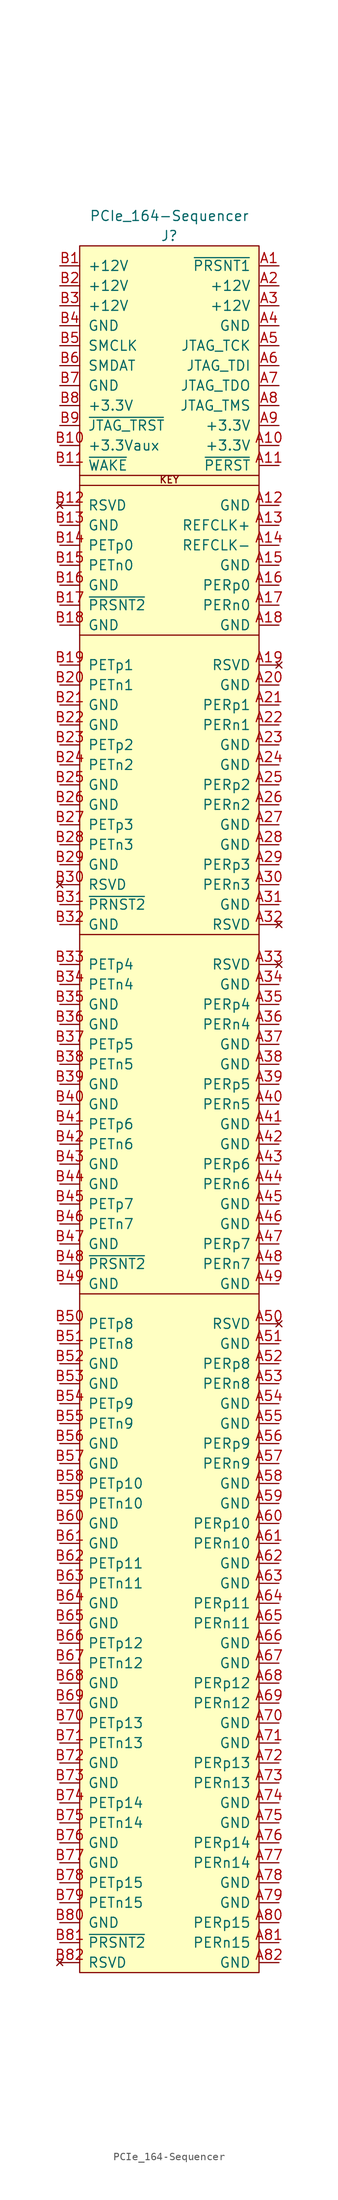
<source format=kicad_sym>
(kicad_symbol_lib
  (version 20220914)
  (generator kicad_symbol_editor)
  (symbol "PCIe_164-Sequencer"
    (pin_names
      (offset 1.016))
    (property "Reference" "J"
      (at -13.97 3.81 0)
      (effects (font (size 1.27 1.27))))
    (property "Value" "PCIe_164-Sequencer"
      (at -13.97 6.35 0)
      (effects (font (size 1.27 1.27))))
    (symbol "PCIe_164-Sequencer_0_0"
      (text "KEY" (at -13.97 -27.737 0) (effects (font (size 0.889 0.889)) (justify bottom))))
    (symbol "PCIe_164-Sequencer_0_1"
      (rectangle (start -25.4 2.54) (end -2.54 -217.17) (stroke (width 0) (type solid)) (fill (type background)))
      (polyline (pts (xy -25.4 -130.81) (xy -2.54 -130.81)) (stroke (width 0) (type solid)) (fill (type none)))
      (polyline (pts (xy -25.4 -85.09) (xy -2.54 -85.09)) (stroke (width 0) (type solid)) (fill (type none)))
      (polyline (pts (xy -25.4 -46.99) (xy -2.54 -46.99)) (stroke (width 0) (type solid)) (fill (type none)))
      (polyline (pts (xy -25.4 -27.94) (xy -2.54 -27.94)) (stroke (width 0) (type solid)) (fill (type none)))
      (polyline (pts (xy -25.4 -26.67) (xy -2.54 -26.67)) (stroke (width 0) (type solid)) (fill (type none))))
    (symbol "PCIe_164-Sequencer_1_1"
      (pin input line (at 0 0 180) (length 2.54) (name "~{PRSNT1}" (effects (font (size 1.27 1.27)))) (number "A1" (effects (font (size 1.27 1.27)))))
      (pin power_in line (at 0 -22.86 180) (length 2.54) (name "+3.3V" (effects (font (size 1.27 1.27)))) (number "A10" (effects (font (size 1.27 1.27)))))
      (pin bidirectional line (at 0 -25.4 180) (length 2.54) (name "~{PERST}" (effects (font (size 1.27 1.27)))) (number "A11" (effects (font (size 1.27 1.27)))))
      (pin power_in line (at 0 -30.48 180) (length 2.54) (name "GND" (effects (font (size 1.27 1.27)))) (number "A12" (effects (font (size 1.27 1.27)))))
      (pin bidirectional line (at 0 -33.02 180) (length 2.54) (name "REFCLK+" (effects (font (size 1.27 1.27)))) (number "A13" (effects (font (size 1.27 1.27)))))
      (pin bidirectional line (at 0 -35.56 180) (length 2.54) (name "REFCLK-" (effects (font (size 1.27 1.27)))) (number "A14" (effects (font (size 1.27 1.27)))))
      (pin power_in line (at 0 -38.1 180) (length 2.54) (name "GND" (effects (font (size 1.27 1.27)))) (number "A15" (effects (font (size 1.27 1.27)))))
      (pin bidirectional line (at 0 -40.64 180) (length 2.54) (name "PERp0" (effects (font (size 1.27 1.27)))) (number "A16" (effects (font (size 1.27 1.27)))))
      (pin bidirectional line (at 0 -43.18 180) (length 2.54) (name "PERn0" (effects (font (size 1.27 1.27)))) (number "A17" (effects (font (size 1.27 1.27)))))
      (pin power_in line (at 0 -45.72 180) (length 2.54) (name "GND" (effects (font (size 1.27 1.27)))) (number "A18" (effects (font (size 1.27 1.27)))))
      (pin no_connect line (at 0 -50.8 180) (length 2.54) (name "RSVD" (effects (font (size 1.27 1.27)))) (number "A19" (effects (font (size 1.27 1.27)))))
      (pin power_in line (at 0 -2.54 180) (length 2.54) (name "+12V" (effects (font (size 1.27 1.27)))) (number "A2" (effects (font (size 1.27 1.27)))))
      (pin power_in line (at 0 -53.34 180) (length 2.54) (name "GND" (effects (font (size 1.27 1.27)))) (number "A20" (effects (font (size 1.27 1.27)))))
      (pin bidirectional line (at 0 -55.88 180) (length 2.54) (name "PERp1" (effects (font (size 1.27 1.27)))) (number "A21" (effects (font (size 1.27 1.27)))))
      (pin bidirectional line (at 0 -58.42 180) (length 2.54) (name "PERn1" (effects (font (size 1.27 1.27)))) (number "A22" (effects (font (size 1.27 1.27)))))
      (pin power_in line (at 0 -60.96 180) (length 2.54) (name "GND" (effects (font (size 1.27 1.27)))) (number "A23" (effects (font (size 1.27 1.27)))))
      (pin power_in line (at 0 -63.5 180) (length 2.54) (name "GND" (effects (font (size 1.27 1.27)))) (number "A24" (effects (font (size 1.27 1.27)))))
      (pin bidirectional line (at 0 -66.04 180) (length 2.54) (name "PERp2" (effects (font (size 1.27 1.27)))) (number "A25" (effects (font (size 1.27 1.27)))))
      (pin bidirectional line (at 0 -68.58 180) (length 2.54) (name "PERn2" (effects (font (size 1.27 1.27)))) (number "A26" (effects (font (size 1.27 1.27)))))
      (pin power_in line (at 0 -71.12 180) (length 2.54) (name "GND" (effects (font (size 1.27 1.27)))) (number "A27" (effects (font (size 1.27 1.27)))))
      (pin power_in line (at 0 -73.66 180) (length 2.54) (name "GND" (effects (font (size 1.27 1.27)))) (number "A28" (effects (font (size 1.27 1.27)))))
      (pin bidirectional line (at 0 -76.2 180) (length 2.54) (name "PERp3" (effects (font (size 1.27 1.27)))) (number "A29" (effects (font (size 1.27 1.27)))))
      (pin power_in line (at 0 -5.08 180) (length 2.54) (name "+12V" (effects (font (size 1.27 1.27)))) (number "A3" (effects (font (size 1.27 1.27)))))
      (pin bidirectional line (at 0 -78.74 180) (length 2.54) (name "PERn3" (effects (font (size 1.27 1.27)))) (number "A30" (effects (font (size 1.27 1.27)))))
      (pin power_in line (at 0 -81.28 180) (length 2.54) (name "GND" (effects (font (size 1.27 1.27)))) (number "A31" (effects (font (size 1.27 1.27)))))
      (pin no_connect line (at 0 -83.82 180) (length 2.54) (name "RSVD" (effects (font (size 1.27 1.27)))) (number "A32" (effects (font (size 1.27 1.27)))))
      (pin no_connect line (at 0 -88.9 180) (length 2.54) (name "RSVD" (effects (font (size 1.27 1.27)))) (number "A33" (effects (font (size 1.27 1.27)))))
      (pin power_in line (at 0 -91.44 180) (length 2.54) (name "GND" (effects (font (size 1.27 1.27)))) (number "A34" (effects (font (size 1.27 1.27)))))
      (pin bidirectional line (at 0 -93.98 180) (length 2.54) (name "PERp4" (effects (font (size 1.27 1.27)))) (number "A35" (effects (font (size 1.27 1.27)))))
      (pin bidirectional line (at 0 -96.52 180) (length 2.54) (name "PERn4" (effects (font (size 1.27 1.27)))) (number "A36" (effects (font (size 1.27 1.27)))))
      (pin power_in line (at 0 -99.06 180) (length 2.54) (name "GND" (effects (font (size 1.27 1.27)))) (number "A37" (effects (font (size 1.27 1.27)))))
      (pin power_in line (at 0 -101.6 180) (length 2.54) (name "GND" (effects (font (size 1.27 1.27)))) (number "A38" (effects (font (size 1.27 1.27)))))
      (pin bidirectional line (at 0 -104.14 180) (length 2.54) (name "PERp5" (effects (font (size 1.27 1.27)))) (number "A39" (effects (font (size 1.27 1.27)))))
      (pin power_in line (at 0 -7.62 180) (length 2.54) (name "GND" (effects (font (size 1.27 1.27)))) (number "A4" (effects (font (size 1.27 1.27)))))
      (pin bidirectional line (at 0 -106.68 180) (length 2.54) (name "PERn5" (effects (font (size 1.27 1.27)))) (number "A40" (effects (font (size 1.27 1.27)))))
      (pin power_in line (at 0 -109.22 180) (length 2.54) (name "GND" (effects (font (size 1.27 1.27)))) (number "A41" (effects (font (size 1.27 1.27)))))
      (pin power_in line (at 0 -111.76 180) (length 2.54) (name "GND" (effects (font (size 1.27 1.27)))) (number "A42" (effects (font (size 1.27 1.27)))))
      (pin bidirectional line (at 0 -114.3 180) (length 2.54) (name "PERp6" (effects (font (size 1.27 1.27)))) (number "A43" (effects (font (size 1.27 1.27)))))
      (pin bidirectional line (at 0 -116.84 180) (length 2.54) (name "PERn6" (effects (font (size 1.27 1.27)))) (number "A44" (effects (font (size 1.27 1.27)))))
      (pin power_in line (at 0 -119.38 180) (length 2.54) (name "GND" (effects (font (size 1.27 1.27)))) (number "A45" (effects (font (size 1.27 1.27)))))
      (pin power_in line (at 0 -121.92 180) (length 2.54) (name "GND" (effects (font (size 1.27 1.27)))) (number "A46" (effects (font (size 1.27 1.27)))))
      (pin bidirectional line (at 0 -124.46 180) (length 2.54) (name "PERp7" (effects (font (size 1.27 1.27)))) (number "A47" (effects (font (size 1.27 1.27)))))
      (pin bidirectional line (at 0 -127 180) (length 2.54) (name "PERn7" (effects (font (size 1.27 1.27)))) (number "A48" (effects (font (size 1.27 1.27)))))
      (pin power_in line (at 0 -129.54 180) (length 2.54) (name "GND" (effects (font (size 1.27 1.27)))) (number "A49" (effects (font (size 1.27 1.27)))))
      (pin bidirectional line (at 0 -10.16 180) (length 2.54) (name "JTAG_TCK" (effects (font (size 1.27 1.27)))) (number "A5" (effects (font (size 1.27 1.27)))))
      (pin no_connect line (at 0 -134.62 180) (length 2.54) (name "RSVD" (effects (font (size 1.27 1.27)))) (number "A50" (effects (font (size 1.27 1.27)))))
      (pin power_in line (at 0 -137.16 180) (length 2.54) (name "GND" (effects (font (size 1.27 1.27)))) (number "A51" (effects (font (size 1.27 1.27)))))
      (pin bidirectional line (at 0 -139.7 180) (length 2.54) (name "PERp8" (effects (font (size 1.27 1.27)))) (number "A52" (effects (font (size 1.27 1.27)))))
      (pin bidirectional line (at 0 -142.24 180) (length 2.54) (name "PERn8" (effects (font (size 1.27 1.27)))) (number "A53" (effects (font (size 1.27 1.27)))))
      (pin power_in line (at 0 -144.78 180) (length 2.54) (name "GND" (effects (font (size 1.27 1.27)))) (number "A54" (effects (font (size 1.27 1.27)))))
      (pin power_in line (at 0 -147.32 180) (length 2.54) (name "GND" (effects (font (size 1.27 1.27)))) (number "A55" (effects (font (size 1.27 1.27)))))
      (pin bidirectional line (at 0 -149.86 180) (length 2.54) (name "PERp9" (effects (font (size 1.27 1.27)))) (number "A56" (effects (font (size 1.27 1.27)))))
      (pin bidirectional line (at 0 -152.4 180) (length 2.54) (name "PERn9" (effects (font (size 1.27 1.27)))) (number "A57" (effects (font (size 1.27 1.27)))))
      (pin power_in line (at 0 -154.94 180) (length 2.54) (name "GND" (effects (font (size 1.27 1.27)))) (number "A58" (effects (font (size 1.27 1.27)))))
      (pin power_in line (at 0 -157.48 180) (length 2.54) (name "GND" (effects (font (size 1.27 1.27)))) (number "A59" (effects (font (size 1.27 1.27)))))
      (pin bidirectional line (at 0 -12.7 180) (length 2.54) (name "JTAG_TDI" (effects (font (size 1.27 1.27)))) (number "A6" (effects (font (size 1.27 1.27)))))
      (pin bidirectional line (at 0 -160.02 180) (length 2.54) (name "PERp10" (effects (font (size 1.27 1.27)))) (number "A60" (effects (font (size 1.27 1.27)))))
      (pin bidirectional line (at 0 -162.56 180) (length 2.54) (name "PERn10" (effects (font (size 1.27 1.27)))) (number "A61" (effects (font (size 1.27 1.27)))))
      (pin power_in line (at 0 -165.1 180) (length 2.54) (name "GND" (effects (font (size 1.27 1.27)))) (number "A62" (effects (font (size 1.27 1.27)))))
      (pin power_in line (at 0 -167.64 180) (length 2.54) (name "GND" (effects (font (size 1.27 1.27)))) (number "A63" (effects (font (size 1.27 1.27)))))
      (pin bidirectional line (at 0 -170.18 180) (length 2.54) (name "PERp11" (effects (font (size 1.27 1.27)))) (number "A64" (effects (font (size 1.27 1.27)))))
      (pin bidirectional line (at 0 -172.72 180) (length 2.54) (name "PERn11" (effects (font (size 1.27 1.27)))) (number "A65" (effects (font (size 1.27 1.27)))))
      (pin power_in line (at 0 -175.26 180) (length 2.54) (name "GND" (effects (font (size 1.27 1.27)))) (number "A66" (effects (font (size 1.27 1.27)))))
      (pin power_in line (at 0 -177.8 180) (length 2.54) (name "GND" (effects (font (size 1.27 1.27)))) (number "A67" (effects (font (size 1.27 1.27)))))
      (pin bidirectional line (at 0 -180.34 180) (length 2.54) (name "PERp12" (effects (font (size 1.27 1.27)))) (number "A68" (effects (font (size 1.27 1.27)))))
      (pin bidirectional line (at 0 -182.88 180) (length 2.54) (name "PERn12" (effects (font (size 1.27 1.27)))) (number "A69" (effects (font (size 1.27 1.27)))))
      (pin bidirectional line (at 0 -15.24 180) (length 2.54) (name "JTAG_TDO" (effects (font (size 1.27 1.27)))) (number "A7" (effects (font (size 1.27 1.27)))))
      (pin power_in line (at 0 -185.42 180) (length 2.54) (name "GND" (effects (font (size 1.27 1.27)))) (number "A70" (effects (font (size 1.27 1.27)))))
      (pin power_in line (at 0 -187.96 180) (length 2.54) (name "GND" (effects (font (size 1.27 1.27)))) (number "A71" (effects (font (size 1.27 1.27)))))
      (pin bidirectional line (at 0 -190.5 180) (length 2.54) (name "PERp13" (effects (font (size 1.27 1.27)))) (number "A72" (effects (font (size 1.27 1.27)))))
      (pin bidirectional line (at 0 -193.04 180) (length 2.54) (name "PERn13" (effects (font (size 1.27 1.27)))) (number "A73" (effects (font (size 1.27 1.27)))))
      (pin power_in line (at 0 -195.58 180) (length 2.54) (name "GND" (effects (font (size 1.27 1.27)))) (number "A74" (effects (font (size 1.27 1.27)))))
      (pin power_in line (at 0 -198.12 180) (length 2.54) (name "GND" (effects (font (size 1.27 1.27)))) (number "A75" (effects (font (size 1.27 1.27)))))
      (pin bidirectional line (at 0 -200.66 180) (length 2.54) (name "PERp14" (effects (font (size 1.27 1.27)))) (number "A76" (effects (font (size 1.27 1.27)))))
      (pin bidirectional line (at 0 -203.2 180) (length 2.54) (name "PERn14" (effects (font (size 1.27 1.27)))) (number "A77" (effects (font (size 1.27 1.27)))))
      (pin power_in line (at 0 -205.74 180) (length 2.54) (name "GND" (effects (font (size 1.27 1.27)))) (number "A78" (effects (font (size 1.27 1.27)))))
      (pin power_in line (at 0 -208.28 180) (length 2.54) (name "GND" (effects (font (size 1.27 1.27)))) (number "A79" (effects (font (size 1.27 1.27)))))
      (pin bidirectional line (at 0 -17.78 180) (length 2.54) (name "JTAG_TMS" (effects (font (size 1.27 1.27)))) (number "A8" (effects (font (size 1.27 1.27)))))
      (pin bidirectional line (at 0 -210.82 180) (length 2.54) (name "PERp15" (effects (font (size 1.27 1.27)))) (number "A80" (effects (font (size 1.27 1.27)))))
      (pin bidirectional line (at 0 -213.36 180) (length 2.54) (name "PERn15" (effects (font (size 1.27 1.27)))) (number "A81" (effects (font (size 1.27 1.27)))))
      (pin power_in line (at 0 -215.9 180) (length 2.54) (name "GND" (effects (font (size 1.27 1.27)))) (number "A82" (effects (font (size 1.27 1.27)))))
      (pin power_in line (at 0 -20.32 180) (length 2.54) (name "+3.3V" (effects (font (size 1.27 1.27)))) (number "A9" (effects (font (size 1.27 1.27)))))
      (pin power_in line (at -27.94 0 0) (length 2.54) (name "+12V" (effects (font (size 1.27 1.27)))) (number "B1" (effects (font (size 1.27 1.27)))))
      (pin power_in line (at -27.94 -22.86 0) (length 2.54) (name "+3.3Vaux" (effects (font (size 1.27 1.27)))) (number "B10" (effects (font (size 1.27 1.27)))))
      (pin bidirectional line (at -27.94 -25.4 0) (length 2.54) (name "~{WAKE}" (effects (font (size 1.27 1.27)))) (number "B11" (effects (font (size 1.27 1.27)))))
      (pin no_connect line (at -27.94 -30.48 0) (length 2.54) (name "RSVD" (effects (font (size 1.27 1.27)))) (number "B12" (effects (font (size 1.27 1.27)))))
      (pin power_in line (at -27.94 -33.02 0) (length 2.54) (name "GND" (effects (font (size 1.27 1.27)))) (number "B13" (effects (font (size 1.27 1.27)))))
      (pin bidirectional line (at -27.94 -35.56 0) (length 2.54) (name "PETp0" (effects (font (size 1.27 1.27)))) (number "B14" (effects (font (size 1.27 1.27)))))
      (pin bidirectional line (at -27.94 -38.1 0) (length 2.54) (name "PETn0" (effects (font (size 1.27 1.27)))) (number "B15" (effects (font (size 1.27 1.27)))))
      (pin power_in line (at -27.94 -40.64 0) (length 2.54) (name "GND" (effects (font (size 1.27 1.27)))) (number "B16" (effects (font (size 1.27 1.27)))))
      (pin bidirectional line (at -27.94 -43.18 0) (length 2.54) (name "~{PRSNT2}" (effects (font (size 1.27 1.27)))) (number "B17" (effects (font (size 1.27 1.27)))))
      (pin power_in line (at -27.94 -45.72 0) (length 2.54) (name "GND" (effects (font (size 1.27 1.27)))) (number "B18" (effects (font (size 1.27 1.27)))))
      (pin bidirectional line (at -27.94 -50.8 0) (length 2.54) (name "PETp1" (effects (font (size 1.27 1.27)))) (number "B19" (effects (font (size 1.27 1.27)))))
      (pin power_in line (at -27.94 -2.54 0) (length 2.54) (name "+12V" (effects (font (size 1.27 1.27)))) (number "B2" (effects (font (size 1.27 1.27)))))
      (pin bidirectional line (at -27.94 -53.34 0) (length 2.54) (name "PETn1" (effects (font (size 1.27 1.27)))) (number "B20" (effects (font (size 1.27 1.27)))))
      (pin power_in line (at -27.94 -55.88 0) (length 2.54) (name "GND" (effects (font (size 1.27 1.27)))) (number "B21" (effects (font (size 1.27 1.27)))))
      (pin power_in line (at -27.94 -58.42 0) (length 2.54) (name "GND" (effects (font (size 1.27 1.27)))) (number "B22" (effects (font (size 1.27 1.27)))))
      (pin bidirectional line (at -27.94 -60.96 0) (length 2.54) (name "PETp2" (effects (font (size 1.27 1.27)))) (number "B23" (effects (font (size 1.27 1.27)))))
      (pin bidirectional line (at -27.94 -63.5 0) (length 2.54) (name "PETn2" (effects (font (size 1.27 1.27)))) (number "B24" (effects (font (size 1.27 1.27)))))
      (pin power_in line (at -27.94 -66.04 0) (length 2.54) (name "GND" (effects (font (size 1.27 1.27)))) (number "B25" (effects (font (size 1.27 1.27)))))
      (pin power_in line (at -27.94 -68.58 0) (length 2.54) (name "GND" (effects (font (size 1.27 1.27)))) (number "B26" (effects (font (size 1.27 1.27)))))
      (pin bidirectional line (at -27.94 -71.12 0) (length 2.54) (name "PETp3" (effects (font (size 1.27 1.27)))) (number "B27" (effects (font (size 1.27 1.27)))))
      (pin bidirectional line (at -27.94 -73.66 0) (length 2.54) (name "PETn3" (effects (font (size 1.27 1.27)))) (number "B28" (effects (font (size 1.27 1.27)))))
      (pin power_in line (at -27.94 -76.2 0) (length 2.54) (name "GND" (effects (font (size 1.27 1.27)))) (number "B29" (effects (font (size 1.27 1.27)))))
      (pin power_in line (at -27.94 -5.08 0) (length 2.54) (name "+12V" (effects (font (size 1.27 1.27)))) (number "B3" (effects (font (size 1.27 1.27)))))
      (pin no_connect line (at -27.94 -78.74 0) (length 2.54) (name "RSVD" (effects (font (size 1.27 1.27)))) (number "B30" (effects (font (size 1.27 1.27)))))
      (pin bidirectional line (at -27.94 -81.28 0) (length 2.54) (name "~{PRNST2}" (effects (font (size 1.27 1.27)))) (number "B31" (effects (font (size 1.27 1.27)))))
      (pin power_in line (at -27.94 -83.82 0) (length 2.54) (name "GND" (effects (font (size 1.27 1.27)))) (number "B32" (effects (font (size 1.27 1.27)))))
      (pin bidirectional line (at -27.94 -88.9 0) (length 2.54) (name "PETp4" (effects (font (size 1.27 1.27)))) (number "B33" (effects (font (size 1.27 1.27)))))
      (pin bidirectional line (at -27.94 -91.44 0) (length 2.54) (name "PETn4" (effects (font (size 1.27 1.27)))) (number "B34" (effects (font (size 1.27 1.27)))))
      (pin power_in line (at -27.94 -93.98 0) (length 2.54) (name "GND" (effects (font (size 1.27 1.27)))) (number "B35" (effects (font (size 1.27 1.27)))))
      (pin power_in line (at -27.94 -96.52 0) (length 2.54) (name "GND" (effects (font (size 1.27 1.27)))) (number "B36" (effects (font (size 1.27 1.27)))))
      (pin bidirectional line (at -27.94 -99.06 0) (length 2.54) (name "PETp5" (effects (font (size 1.27 1.27)))) (number "B37" (effects (font (size 1.27 1.27)))))
      (pin bidirectional line (at -27.94 -101.6 0) (length 2.54) (name "PETn5" (effects (font (size 1.27 1.27)))) (number "B38" (effects (font (size 1.27 1.27)))))
      (pin power_in line (at -27.94 -104.14 0) (length 2.54) (name "GND" (effects (font (size 1.27 1.27)))) (number "B39" (effects (font (size 1.27 1.27)))))
      (pin power_in line (at -27.94 -7.62 0) (length 2.54) (name "GND" (effects (font (size 1.27 1.27)))) (number "B4" (effects (font (size 1.27 1.27)))))
      (pin power_in line (at -27.94 -106.68 0) (length 2.54) (name "GND" (effects (font (size 1.27 1.27)))) (number "B40" (effects (font (size 1.27 1.27)))))
      (pin bidirectional line (at -27.94 -109.22 0) (length 2.54) (name "PETp6" (effects (font (size 1.27 1.27)))) (number "B41" (effects (font (size 1.27 1.27)))))
      (pin bidirectional line (at -27.94 -111.76 0) (length 2.54) (name "PETn6" (effects (font (size 1.27 1.27)))) (number "B42" (effects (font (size 1.27 1.27)))))
      (pin power_in line (at -27.94 -114.3 0) (length 2.54) (name "GND" (effects (font (size 1.27 1.27)))) (number "B43" (effects (font (size 1.27 1.27)))))
      (pin power_in line (at -27.94 -116.84 0) (length 2.54) (name "GND" (effects (font (size 1.27 1.27)))) (number "B44" (effects (font (size 1.27 1.27)))))
      (pin bidirectional line (at -27.94 -119.38 0) (length 2.54) (name "PETp7" (effects (font (size 1.27 1.27)))) (number "B45" (effects (font (size 1.27 1.27)))))
      (pin bidirectional line (at -27.94 -121.92 0) (length 2.54) (name "PETn7" (effects (font (size 1.27 1.27)))) (number "B46" (effects (font (size 1.27 1.27)))))
      (pin power_in line (at -27.94 -124.46 0) (length 2.54) (name "GND" (effects (font (size 1.27 1.27)))) (number "B47" (effects (font (size 1.27 1.27)))))
      (pin bidirectional line (at -27.94 -127 0) (length 2.54) (name "~{PRSNT2}" (effects (font (size 1.27 1.27)))) (number "B48" (effects (font (size 1.27 1.27)))))
      (pin power_in line (at -27.94 -129.54 0) (length 2.54) (name "GND" (effects (font (size 1.27 1.27)))) (number "B49" (effects (font (size 1.27 1.27)))))
      (pin bidirectional line (at -27.94 -10.16 0) (length 2.54) (name "SMCLK" (effects (font (size 1.27 1.27)))) (number "B5" (effects (font (size 1.27 1.27)))))
      (pin bidirectional line (at -27.94 -134.62 0) (length 2.54) (name "PETp8" (effects (font (size 1.27 1.27)))) (number "B50" (effects (font (size 1.27 1.27)))))
      (pin bidirectional line (at -27.94 -137.16 0) (length 2.54) (name "PETn8" (effects (font (size 1.27 1.27)))) (number "B51" (effects (font (size 1.27 1.27)))))
      (pin power_in line (at -27.94 -139.7 0) (length 2.54) (name "GND" (effects (font (size 1.27 1.27)))) (number "B52" (effects (font (size 1.27 1.27)))))
      (pin power_in line (at -27.94 -142.24 0) (length 2.54) (name "GND" (effects (font (size 1.27 1.27)))) (number "B53" (effects (font (size 1.27 1.27)))))
      (pin bidirectional line (at -27.94 -144.78 0) (length 2.54) (name "PETp9" (effects (font (size 1.27 1.27)))) (number "B54" (effects (font (size 1.27 1.27)))))
      (pin bidirectional line (at -27.94 -147.32 0) (length 2.54) (name "PETn9" (effects (font (size 1.27 1.27)))) (number "B55" (effects (font (size 1.27 1.27)))))
      (pin power_in line (at -27.94 -149.86 0) (length 2.54) (name "GND" (effects (font (size 1.27 1.27)))) (number "B56" (effects (font (size 1.27 1.27)))))
      (pin power_in line (at -27.94 -152.4 0) (length 2.54) (name "GND" (effects (font (size 1.27 1.27)))) (number "B57" (effects (font (size 1.27 1.27)))))
      (pin bidirectional line (at -27.94 -154.94 0) (length 2.54) (name "PETp10" (effects (font (size 1.27 1.27)))) (number "B58" (effects (font (size 1.27 1.27)))))
      (pin bidirectional line (at -27.94 -157.48 0) (length 2.54) (name "PETn10" (effects (font (size 1.27 1.27)))) (number "B59" (effects (font (size 1.27 1.27)))))
      (pin bidirectional line (at -27.94 -12.7 0) (length 2.54) (name "SMDAT" (effects (font (size 1.27 1.27)))) (number "B6" (effects (font (size 1.27 1.27)))))
      (pin power_in line (at -27.94 -160.02 0) (length 2.54) (name "GND" (effects (font (size 1.27 1.27)))) (number "B60" (effects (font (size 1.27 1.27)))))
      (pin power_in line (at -27.94 -162.56 0) (length 2.54) (name "GND" (effects (font (size 1.27 1.27)))) (number "B61" (effects (font (size 1.27 1.27)))))
      (pin bidirectional line (at -27.94 -165.1 0) (length 2.54) (name "PETp11" (effects (font (size 1.27 1.27)))) (number "B62" (effects (font (size 1.27 1.27)))))
      (pin bidirectional line (at -27.94 -167.64 0) (length 2.54) (name "PETn11" (effects (font (size 1.27 1.27)))) (number "B63" (effects (font (size 1.27 1.27)))))
      (pin power_in line (at -27.94 -170.18 0) (length 2.54) (name "GND" (effects (font (size 1.27 1.27)))) (number "B64" (effects (font (size 1.27 1.27)))))
      (pin power_in line (at -27.94 -172.72 0) (length 2.54) (name "GND" (effects (font (size 1.27 1.27)))) (number "B65" (effects (font (size 1.27 1.27)))))
      (pin bidirectional line (at -27.94 -175.26 0) (length 2.54) (name "PETp12" (effects (font (size 1.27 1.27)))) (number "B66" (effects (font (size 1.27 1.27)))))
      (pin bidirectional line (at -27.94 -177.8 0) (length 2.54) (name "PETn12" (effects (font (size 1.27 1.27)))) (number "B67" (effects (font (size 1.27 1.27)))))
      (pin power_in line (at -27.94 -180.34 0) (length 2.54) (name "GND" (effects (font (size 1.27 1.27)))) (number "B68" (effects (font (size 1.27 1.27)))))
      (pin power_in line (at -27.94 -182.88 0) (length 2.54) (name "GND" (effects (font (size 1.27 1.27)))) (number "B69" (effects (font (size 1.27 1.27)))))
      (pin power_in line (at -27.94 -15.24 0) (length 2.54) (name "GND" (effects (font (size 1.27 1.27)))) (number "B7" (effects (font (size 1.27 1.27)))))
      (pin bidirectional line (at -27.94 -185.42 0) (length 2.54) (name "PETp13" (effects (font (size 1.27 1.27)))) (number "B70" (effects (font (size 1.27 1.27)))))
      (pin bidirectional line (at -27.94 -187.96 0) (length 2.54) (name "PETn13" (effects (font (size 1.27 1.27)))) (number "B71" (effects (font (size 1.27 1.27)))))
      (pin power_in line (at -27.94 -190.5 0) (length 2.54) (name "GND" (effects (font (size 1.27 1.27)))) (number "B72" (effects (font (size 1.27 1.27)))))
      (pin power_in line (at -27.94 -193.04 0) (length 2.54) (name "GND" (effects (font (size 1.27 1.27)))) (number "B73" (effects (font (size 1.27 1.27)))))
      (pin bidirectional line (at -27.94 -195.58 0) (length 2.54) (name "PETp14" (effects (font (size 1.27 1.27)))) (number "B74" (effects (font (size 1.27 1.27)))))
      (pin bidirectional line (at -27.94 -198.12 0) (length 2.54) (name "PETn14" (effects (font (size 1.27 1.27)))) (number "B75" (effects (font (size 1.27 1.27)))))
      (pin power_in line (at -27.94 -200.66 0) (length 2.54) (name "GND" (effects (font (size 1.27 1.27)))) (number "B76" (effects (font (size 1.27 1.27)))))
      (pin power_in line (at -27.94 -203.2 0) (length 2.54) (name "GND" (effects (font (size 1.27 1.27)))) (number "B77" (effects (font (size 1.27 1.27)))))
      (pin bidirectional line (at -27.94 -205.74 0) (length 2.54) (name "PETp15" (effects (font (size 1.27 1.27)))) (number "B78" (effects (font (size 1.27 1.27)))))
      (pin bidirectional line (at -27.94 -208.28 0) (length 2.54) (name "PETn15" (effects (font (size 1.27 1.27)))) (number "B79" (effects (font (size 1.27 1.27)))))
      (pin power_in line (at -27.94 -17.78 0) (length 2.54) (name "+3.3V" (effects (font (size 1.27 1.27)))) (number "B8" (effects (font (size 1.27 1.27)))))
      (pin power_in line (at -27.94 -210.82 0) (length 2.54) (name "GND" (effects (font (size 1.27 1.27)))) (number "B80" (effects (font (size 1.27 1.27)))))
      (pin bidirectional line (at -27.94 -213.36 0) (length 2.54) (name "~{PRSNT2}" (effects (font (size 1.27 1.27)))) (number "B81" (effects (font (size 1.27 1.27)))))
      (pin no_connect line (at -27.94 -215.9 0) (length 2.54) (name "RSVD" (effects (font (size 1.27 1.27)))) (number "B82" (effects (font (size 1.27 1.27)))))
      (pin bidirectional line (at -27.94 -20.32 0) (length 2.54) (name "~{JTAG_TRST}" (effects (font (size 1.27 1.27)))) (number "B9" (effects (font (size 1.27 1.27))))))))
</source>
